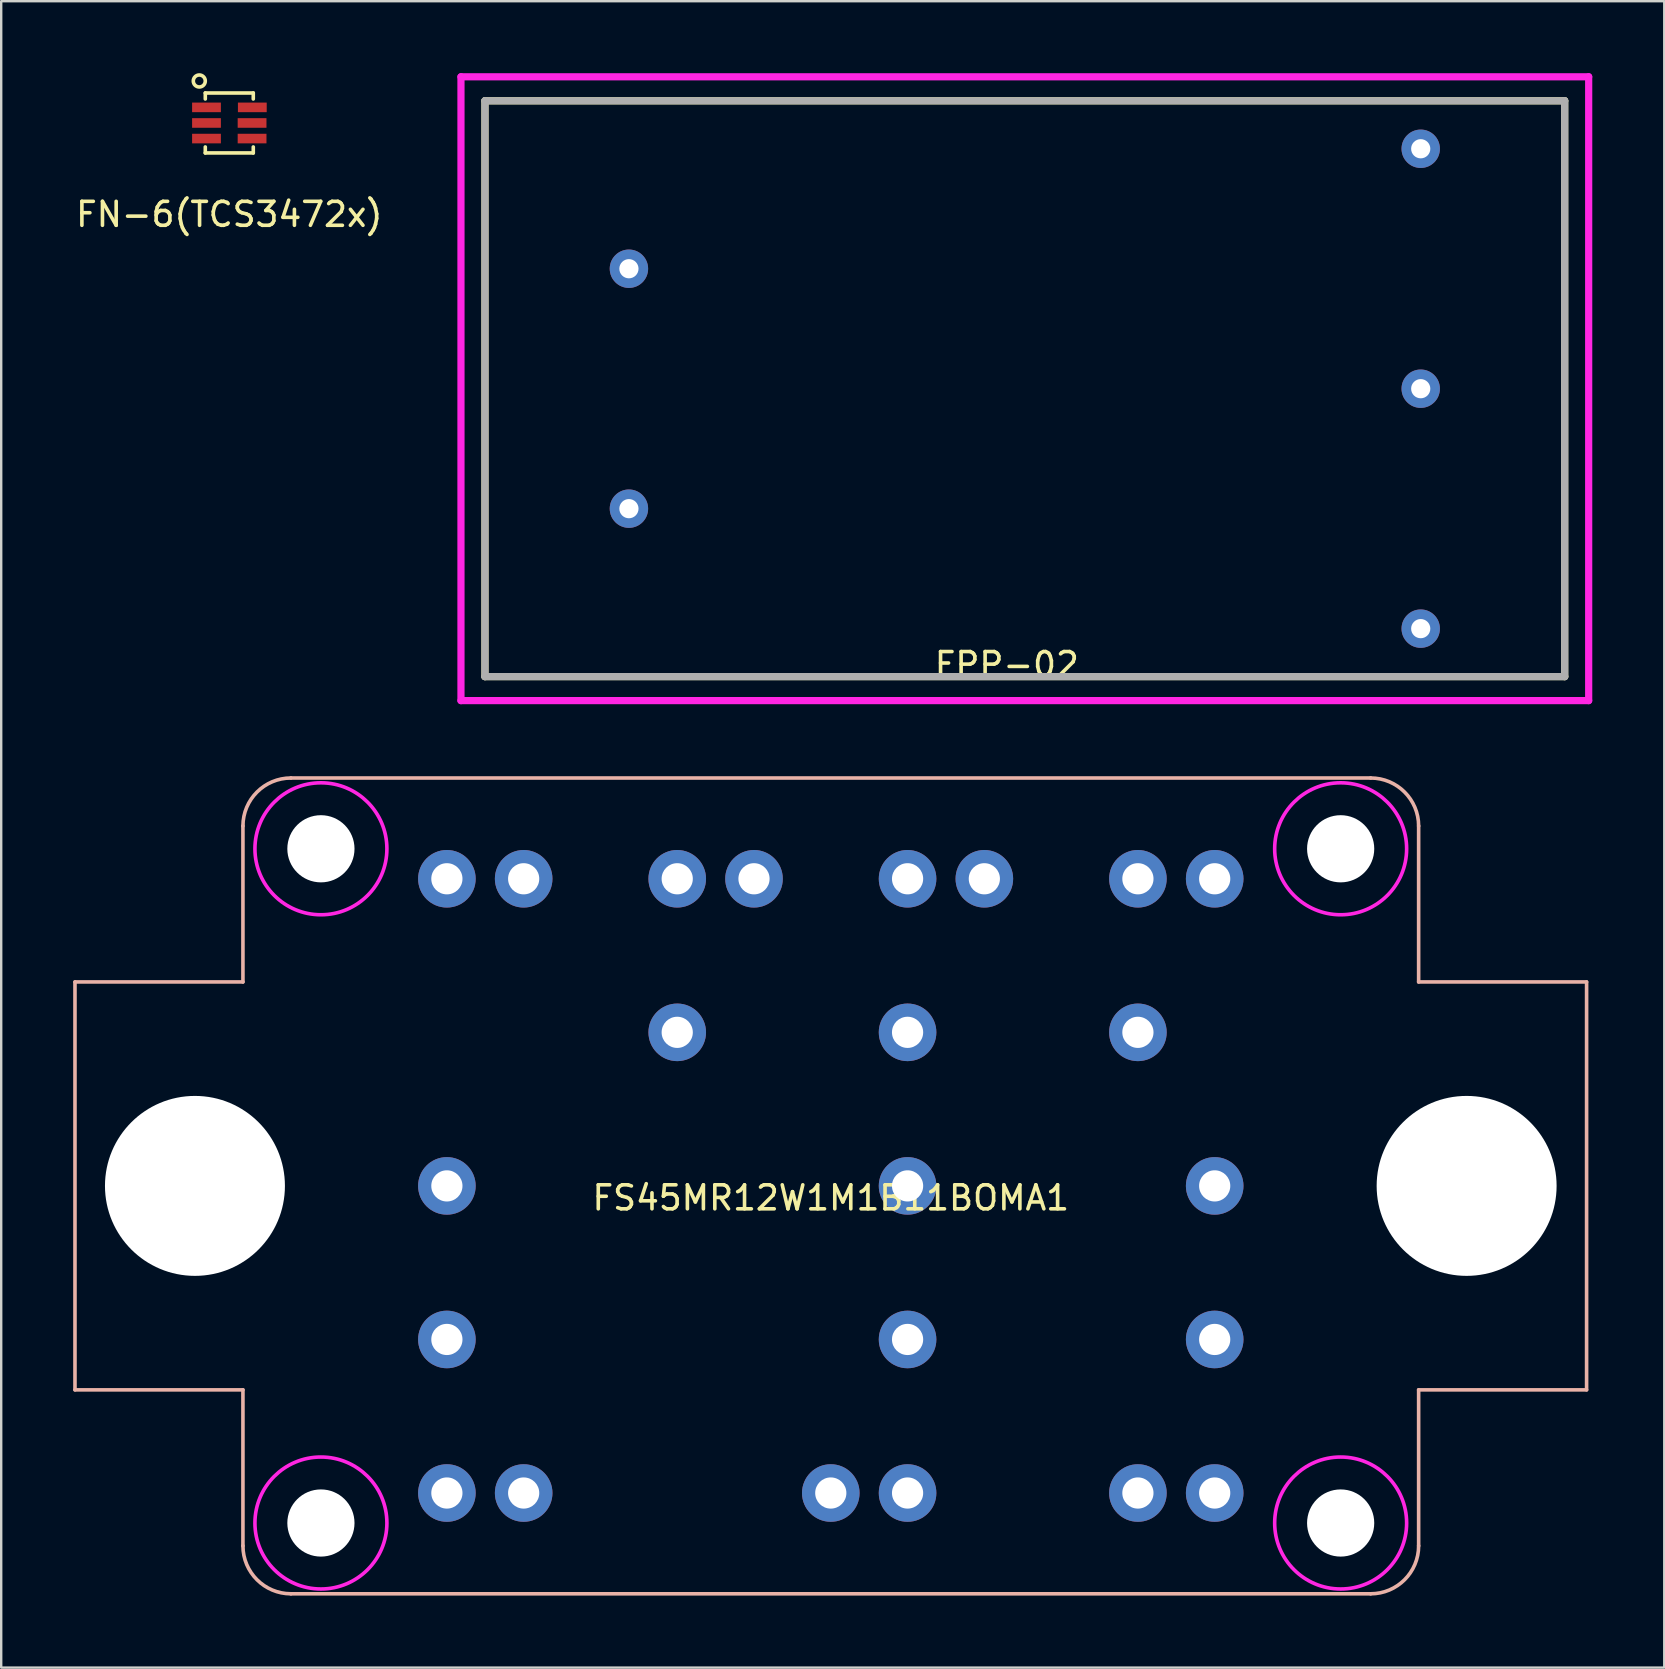
<source format=kicad_pcb>
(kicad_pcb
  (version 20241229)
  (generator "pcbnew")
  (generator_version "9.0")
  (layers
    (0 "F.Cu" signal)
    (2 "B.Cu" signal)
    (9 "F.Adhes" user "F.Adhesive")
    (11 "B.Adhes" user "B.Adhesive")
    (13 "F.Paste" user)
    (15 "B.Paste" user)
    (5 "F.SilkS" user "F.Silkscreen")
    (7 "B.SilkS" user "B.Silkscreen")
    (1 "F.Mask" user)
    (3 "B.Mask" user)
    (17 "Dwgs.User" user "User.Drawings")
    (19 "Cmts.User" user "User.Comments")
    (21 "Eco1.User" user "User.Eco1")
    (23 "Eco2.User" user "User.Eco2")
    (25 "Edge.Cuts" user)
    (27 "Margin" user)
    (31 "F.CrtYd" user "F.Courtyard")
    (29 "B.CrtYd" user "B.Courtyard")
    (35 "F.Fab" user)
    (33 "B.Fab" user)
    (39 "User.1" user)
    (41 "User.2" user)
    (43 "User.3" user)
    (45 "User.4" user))
  (footprint "FS45MR12W1M1B11BOMA1"
    (layer "F.Cu")
    (at 31.575 46.375)
    (property "Reference" "FS45MR12W1M1B11BOMA1" (at 0 0.5 0) (layer "F.SilkS") (effects (font (size 1 1) (thickness 0.15))))
    (attr through_hole)
    (fp_line (start -31.5 -8.5) (end -31.5 8.5) (stroke (width 0.15) (type solid)) (layer "B.SilkS"))
    (fp_line (start -31.5 8.5) (end -24.5 8.5) (stroke (width 0.15) (type solid)) (layer "B.SilkS"))
    (fp_line (start -24.5 -15) (end -24.5 -8.5) (stroke (width 0.15) (type solid)) (layer "B.SilkS"))
    (fp_line (start -24.5 -8.5) (end -31.5 -8.5) (stroke (width 0.15) (type solid)) (layer "B.SilkS"))
    (fp_line (start -24.5 8.5) (end -24.5 15) (stroke (width 0.15) (type solid)) (layer "B.SilkS"))
    (fp_line (start -22.5 17) (end 22.5 17) (stroke (width 0.15) (type solid)) (layer "B.SilkS"))
    (fp_line (start 22.5 -17) (end -22.5 -17) (stroke (width 0.15) (type solid)) (layer "B.SilkS"))
    (fp_line (start 24.5 -8.5) (end 24.5 -15) (stroke (width 0.15) (type solid)) (layer "B.SilkS"))
    (fp_line (start 24.5 -8.5) (end 31.5 -8.5) (stroke (width 0.15) (type solid)) (layer "B.SilkS"))
    (fp_line (start 24.5 15) (end 24.5 8.5) (stroke (width 0.15) (type solid)) (layer "B.SilkS"))
    (fp_line (start 31.5 -8.5) (end 31.5 8.5) (stroke (width 0.15) (type solid)) (layer "B.SilkS"))
    (fp_line (start 31.5 8.5) (end 24.5 8.5) (stroke (width 0.15) (type solid)) (layer "B.SilkS"))
    (fp_arc (start -24.5 -15) (mid -23.914214 -16.414214) (end -22.5 -17) (stroke (width 0.15) (type solid)) (layer "B.SilkS"))
    (fp_arc (start -22.5 17) (mid -23.914214 16.414214) (end -24.5 15) (stroke (width 0.15) (type solid)) (layer "B.SilkS"))
    (fp_arc (start 22.5 -17) (mid 23.914214 -16.414214) (end 24.5 -15) (stroke (width 0.15) (type solid)) (layer "B.SilkS"))
    (fp_arc (start 24.5 15) (mid 23.914214 16.414214) (end 22.5 17) (stroke (width 0.15) (type solid)) (layer "B.SilkS"))
    (fp_circle (center -21.25 -14.05) (end -18.5 -14.05) (stroke (width 0.15) (type solid)) (fill no) (layer "F.CrtYd"))
    (fp_circle (center -21.25 14.05) (end -18.5 14.05) (stroke (width 0.15) (type solid)) (fill no) (layer "F.CrtYd"))
    (fp_circle (center 21.25 -14.05) (end 24 -14.05) (stroke (width 0.15) (type solid)) (fill no) (layer "F.CrtYd"))
    (fp_circle (center 21.25 14.05) (end 24 14.05) (stroke (width 0.15) (type solid)) (fill no) (layer "F.CrtYd"))
    (pad "" np_thru_hole circle (at -26.5 0) (size 7.5 7.5) (drill 7.5) (layers "*.Cu" "*.Mask"))
    (pad "" np_thru_hole circle (at -21.25 -14.05) (size 2.8 2.8) (drill 2.8) (layers "*.Cu" "*.Mask"))
    (pad "" np_thru_hole circle (at -21.25 14.05) (size 2.8 2.8) (drill 2.8) (layers "*.Cu" "*.Mask"))
    (pad "" np_thru_hole circle (at 21.25 -14.05) (size 2.8 2.8) (drill 2.8) (layers "*.Cu" "*.Mask"))
    (pad "" np_thru_hole circle (at 21.25 14.05) (size 2.8 2.8) (drill 2.8) (layers "*.Cu" "*.Mask"))
    (pad "" np_thru_hole circle (at 26.5 0) (size 7.5 7.5) (drill 7.5) (layers "*.Cu" "*.Mask"))
    (pad "DC1+" thru_hole circle (at -6.4 -6.4) (size 2.4 2.4) (drill 1.3) (layers "*.Cu" "*.Mask"))
    (pad "DC1-" thru_hole circle (at -16 0) (size 2.4 2.4) (drill 1.3) (layers "*.Cu" "*.Mask"))
    (pad "DC2+" thru_hole circle (at 3.2 -6.4) (size 2.4 2.4) (drill 1.3) (layers "*.Cu" "*.Mask"))
    (pad "DC2-" thru_hole circle (at 3.2 0) (size 2.4 2.4) (drill 1.3) (layers "*.Cu" "*.Mask"))
    (pad "DC3+" thru_hole circle (at 12.8 -6.4) (size 2.4 2.4) (drill 1.3) (layers "*.Cu" "*.Mask"))
    (pad "DC3-" thru_hole circle (at 16 0) (size 2.4 2.4) (drill 1.3) (layers "*.Cu" "*.Mask"))
    (pad "G1" thru_hole circle (at -12.8 -12.8) (size 2.4 2.4) (drill 1.3) (layers "*.Cu" "*.Mask"))
    (pad "G2" thru_hole circle (at -16 12.8) (size 2.4 2.4) (drill 1.3) (layers "*.Cu" "*.Mask"))
    (pad "G3" thru_hole circle (at -3.2 -12.8) (size 2.4 2.4) (drill 1.3) (layers "*.Cu" "*.Mask"))
    (pad "G4" thru_hole circle (at 3.2 12.8) (size 2.4 2.4) (drill 1.3) (layers "*.Cu" "*.Mask"))
    (pad "G5" thru_hole circle (at 6.4 -12.8) (size 2.4 2.4) (drill 1.3) (layers "*.Cu" "*.Mask"))
    (pad "G6" thru_hole circle (at 16 12.8) (size 2.4 2.4) (drill 1.3) (layers "*.Cu" "*.Mask"))
    (pad "S1" thru_hole circle (at -16 -12.8) (size 2.4 2.4) (drill 1.3) (layers "*.Cu" "*.Mask"))
    (pad "S2" thru_hole circle (at -12.8 12.8) (size 2.4 2.4) (drill 1.3) (layers "*.Cu" "*.Mask"))
    (pad "S3" thru_hole circle (at -6.4 -12.8) (size 2.4 2.4) (drill 1.3) (layers "*.Cu" "*.Mask"))
    (pad "S4" thru_hole circle (at 0 12.8) (size 2.4 2.4) (drill 1.3) (layers "*.Cu" "*.Mask"))
    (pad "S5" thru_hole circle (at 3.2 -12.8) (size 2.4 2.4) (drill 1.3) (layers "*.Cu" "*.Mask"))
    (pad "S6" thru_hole circle (at 12.8 12.8) (size 2.4 2.4) (drill 1.3) (layers "*.Cu" "*.Mask"))
    (pad "T1" thru_hole circle (at 12.8 -12.8) (size 2.4 2.4) (drill 1.3) (layers "*.Cu" "*.Mask"))
    (pad "T2" thru_hole circle (at 16 -12.8) (size 2.4 2.4) (drill 1.3) (layers "*.Cu" "*.Mask"))
    (pad "U" thru_hole circle (at -16 6.4) (size 2.4 2.4) (drill 1.3) (layers "*.Cu" "*.Mask"))
    (pad "V" thru_hole circle (at 3.2 6.4) (size 2.4 2.4) (drill 1.3) (layers "*.Cu" "*.Mask"))
    (pad "W" thru_hole circle (at 16 6.4) (size 2.4 2.4) (drill 1.3) (layers "*.Cu" "*.Mask")))
  (footprint "FN-6(TCS3472x)"
    (layer "F.Cu")
    (at 6.506 2.075)
    (property "Reference" "FN-6(TCS3472x)" (at 0 3.81 0) (layer "F.SilkS") (effects (font (size 1 1) (thickness 0.15))))
    (attr through_hole)
    (fp_line (start -1 -1.25) (end 1 -1.25) (stroke (width 0.15) (type solid)) (layer "F.SilkS"))
    (fp_line (start -1 -1) (end -1 -1.25) (stroke (width 0.15) (type solid)) (layer "F.SilkS"))
    (fp_line (start -1 1.25) (end -1 1) (stroke (width 0.15) (type solid)) (layer "F.SilkS"))
    (fp_line (start -1 1.25) (end 1 1.25) (stroke (width 0.15) (type solid)) (layer "F.SilkS"))
    (fp_line (start 1 -1.25) (end 1 -1) (stroke (width 0.15) (type solid)) (layer "F.SilkS"))
    (fp_line (start 1 1.25) (end 1 1) (stroke (width 0.15) (type solid)) (layer "F.SilkS"))
    (fp_circle (center -1.25 -1.75) (end -1.25 -1.5) (stroke (width 0.15) (type solid)) (fill no) (layer "F.SilkS"))
    (pad "1" smd rect (at -0.95 -0.65) (size 1.2 0.4) (layers "F.Cu" "F.Mask" "F.Paste"))
    (pad "2" smd rect (at -0.95 0) (size 1.2 0.4) (layers "F.Cu" "F.Mask" "F.Paste"))
    (pad "3" smd rect (at -0.95 0.65) (size 1.2 0.4) (layers "F.Cu" "F.Mask" "F.Paste"))
    (pad "4" smd rect (at 0.95 0.65) (size 1.2 0.4) (layers "F.Cu" "F.Mask" "F.Paste"))
    (pad "5" smd rect (at 0.95 0) (size 1.2 0.4) (layers "F.Cu" "F.Mask" "F.Paste"))
    (pad "6" smd rect (at 0.96 -0.65) (size 1.2 0.4) (layers "F.Cu" "F.Mask" "F.Paste")))
  (footprint "FPP-02"
    (layer "F.Cu")
    (at 39.662 13.15)
    (property "Reference" "FPP-02" (at -0.75 11.5 0) (layer "F.SilkS") (effects (font (size 1 1) (thickness 0.15))))
    (attr through_hole)
    (fp_line (start -22.5 -12) (end 22.5 -12) (stroke (width 0.3) (type solid)) (layer "F.SilkS"))
    (fp_line (start -22.5 12) (end -22.5 -12) (stroke (width 0.3) (type solid)) (layer "F.SilkS"))
    (fp_line (start 22.5 -12) (end 22.5 12) (stroke (width 0.3) (type solid)) (layer "F.SilkS"))
    (fp_line (start 22.5 12) (end -22.5 12) (stroke (width 0.3) (type solid)) (layer "F.SilkS"))
    (fp_line (start -23.5 -13) (end 23.5 -13) (stroke (width 0.3) (type solid)) (layer "F.CrtYd"))
    (fp_line (start -23.5 13) (end -23.5 -13) (stroke (width 0.3) (type solid)) (layer "F.CrtYd"))
    (fp_line (start 23.5 -13) (end 23.5 13) (stroke (width 0.3) (type solid)) (layer "F.CrtYd"))
    (fp_line (start 23.5 13) (end -23.5 13) (stroke (width 0.3) (type solid)) (layer "F.CrtYd"))
    (fp_line (start -22.5 -12) (end 22.5 -12) (stroke (width 0.3) (type solid)) (layer "F.Fab"))
    (fp_line (start -22.5 12) (end -22.5 -12) (stroke (width 0.3) (type solid)) (layer "F.Fab"))
    (fp_line (start 22.5 -12) (end 22.5 12) (stroke (width 0.3) (type solid)) (layer "F.Fab"))
    (fp_line (start 22.5 12) (end -22.5 12) (stroke (width 0.3) (type solid)) (layer "F.Fab"))
    (pad "1" thru_hole circle (at -16.5 -5) (size 1.6 1.6) (drill 0.8) (layers "*.Cu" "*.Mask"))
    (pad "2" thru_hole circle (at -16.5 5) (size 1.6 1.6) (drill 0.8) (layers "*.Cu" "*.Mask"))
    (pad "3" thru_hole circle (at 16.5 -10) (size 1.6 1.6) (drill 0.8) (layers "*.Cu" "*.Mask"))
    (pad "4" thru_hole circle (at 16.5 0) (size 1.6 1.6) (drill 0.8) (layers "*.Cu" "*.Mask"))
    (pad "5" thru_hole circle (at 16.5 10) (size 1.6 1.6) (drill 0.8) (layers "*.Cu" "*.Mask")))
  (gr_rect
    (start -3 -3)
    (end 66.312 66.45)
    (stroke (width 0.1) (type default))
    (fill no)
    (layer "Edge.Cuts")))
</source>
